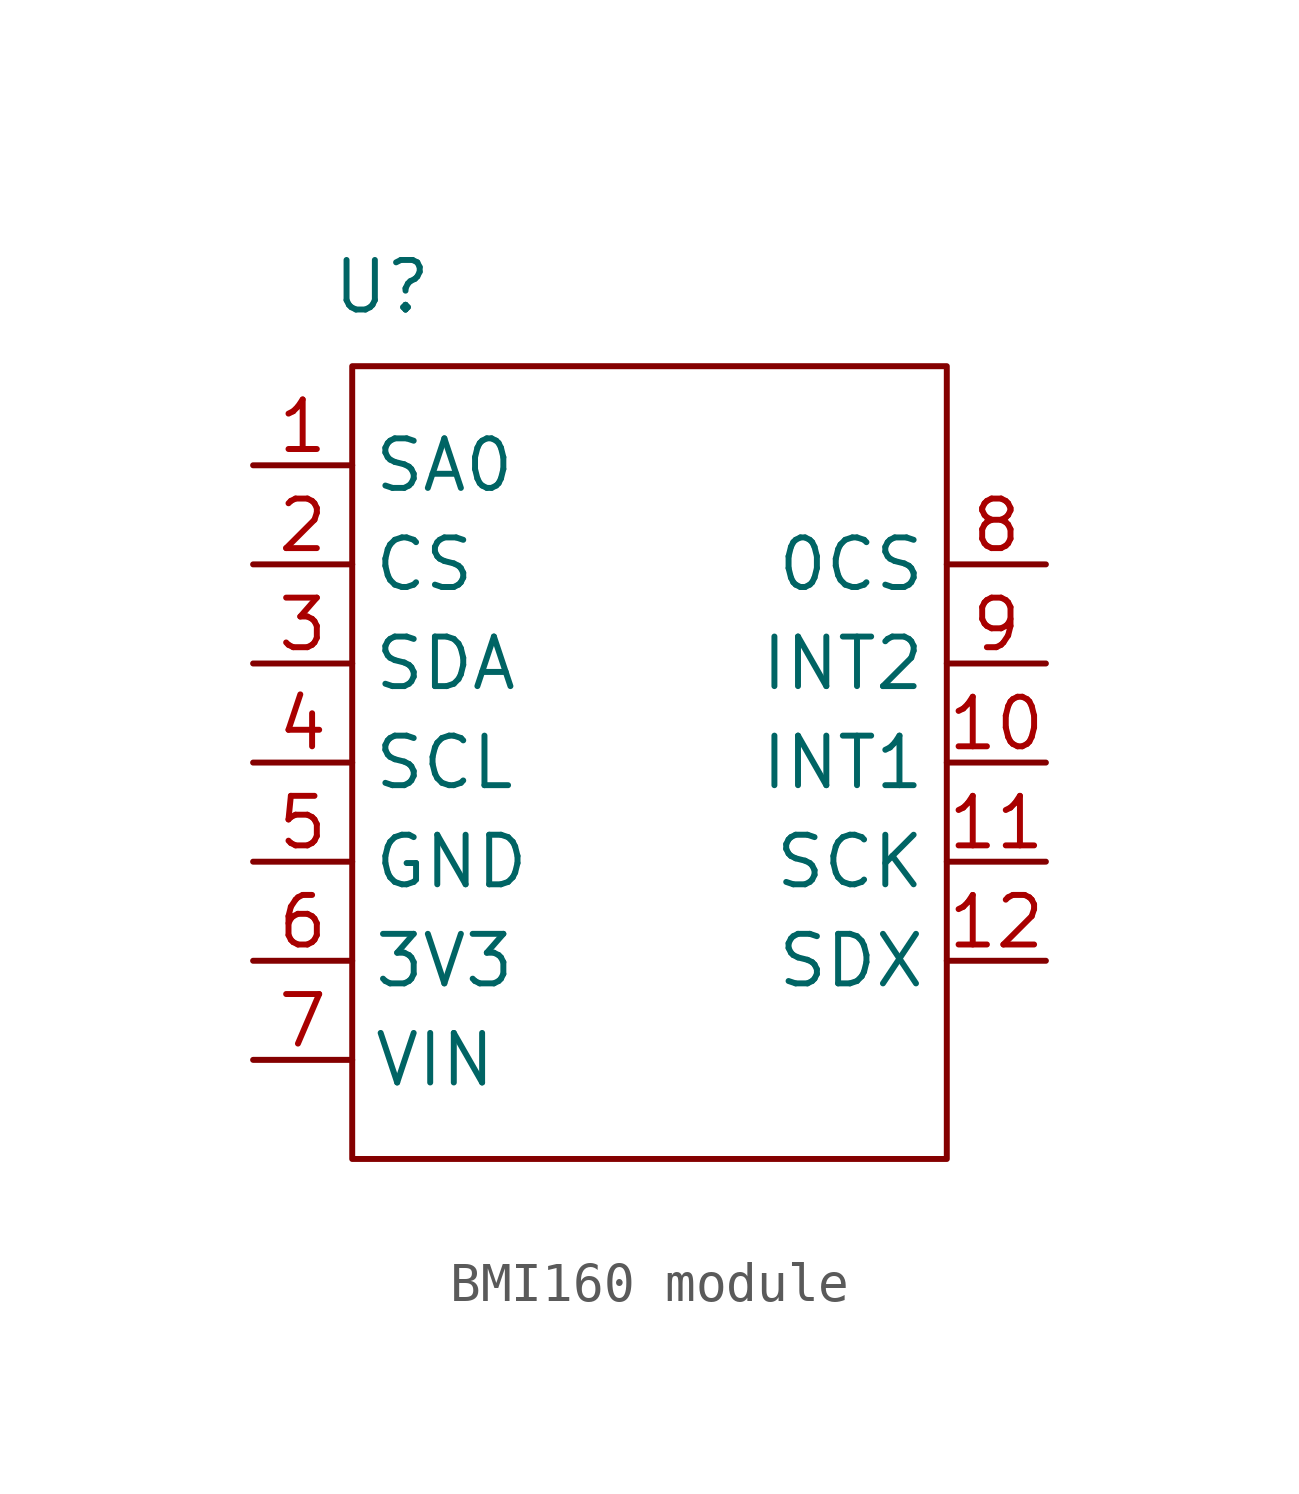
<source format=kicad_sym>
(kicad_symbol_lib
  (version 20241209)
  (generator "kicad_symbol_editor")
  (generator_version "9.0")
  (symbol "BMI160 module"
    (property "Reference" "U"
      (at 3.302 2.032 0)
      (effects (font (size 1.27 1.27))))
    (property "Value" ""
      (at 0 0 0)
      (effects (font (size 1.27 1.27))))
    (symbol "BMI160 module_0_1"
      (rectangle (start 2.54 0) (end 17.78 -20.32) (stroke (width 0) (type default)) (fill (type none))))
    (symbol "BMI160 module_1_1"
      (pin input line (at 0 -2.54 0) (length 2.54) (name "SA0" (effects (font (size 1.27 1.27)))) (number "1" (effects (font (size 1.27 1.27)))))
      (pin input line (at 0 -5.08 0) (length 2.54) (name "CS" (effects (font (size 1.27 1.27)))) (number "2" (effects (font (size 1.27 1.27)))))
      (pin input line (at 0 -7.62 0) (length 2.54) (name "SDA" (effects (font (size 1.27 1.27)))) (number "3" (effects (font (size 1.27 1.27)))))
      (pin input line (at 0 -10.16 0) (length 2.54) (name "SCL" (effects (font (size 1.27 1.27)))) (number "4" (effects (font (size 1.27 1.27)))))
      (pin input line (at 0 -12.7 0) (length 2.54) (name "GND" (effects (font (size 1.27 1.27)))) (number "5" (effects (font (size 1.27 1.27)))))
      (pin input line (at 0 -15.24 0) (length 2.54) (name "3V3" (effects (font (size 1.27 1.27)))) (number "6" (effects (font (size 1.27 1.27)))))
      (pin input line (at 0 -17.78 0) (length 2.54) (name "VIN" (effects (font (size 1.27 1.27)))) (number "7" (effects (font (size 1.27 1.27)))))
      (pin input line (at 20.32 -5.08 180) (length 2.54) (name "0CS" (effects (font (size 1.27 1.27)))) (number "8" (effects (font (size 1.27 1.27)))))
      (pin input line (at 20.32 -7.62 180) (length 2.54) (name "INT2" (effects (font (size 1.27 1.27)))) (number "9" (effects (font (size 1.27 1.27)))))
      (pin input line (at 20.32 -10.16 180) (length 2.54) (name "INT1" (effects (font (size 1.27 1.27)))) (number "10" (effects (font (size 1.27 1.27)))))
      (pin input line (at 20.32 -12.7 180) (length 2.54) (name "SCK" (effects (font (size 1.27 1.27)))) (number "11" (effects (font (size 1.27 1.27)))))
      (pin input line (at 20.32 -15.24 180) (length 2.54) (name "SDX" (effects (font (size 1.27 1.27)))) (number "12" (effects (font (size 1.27 1.27))))))))
</source>
